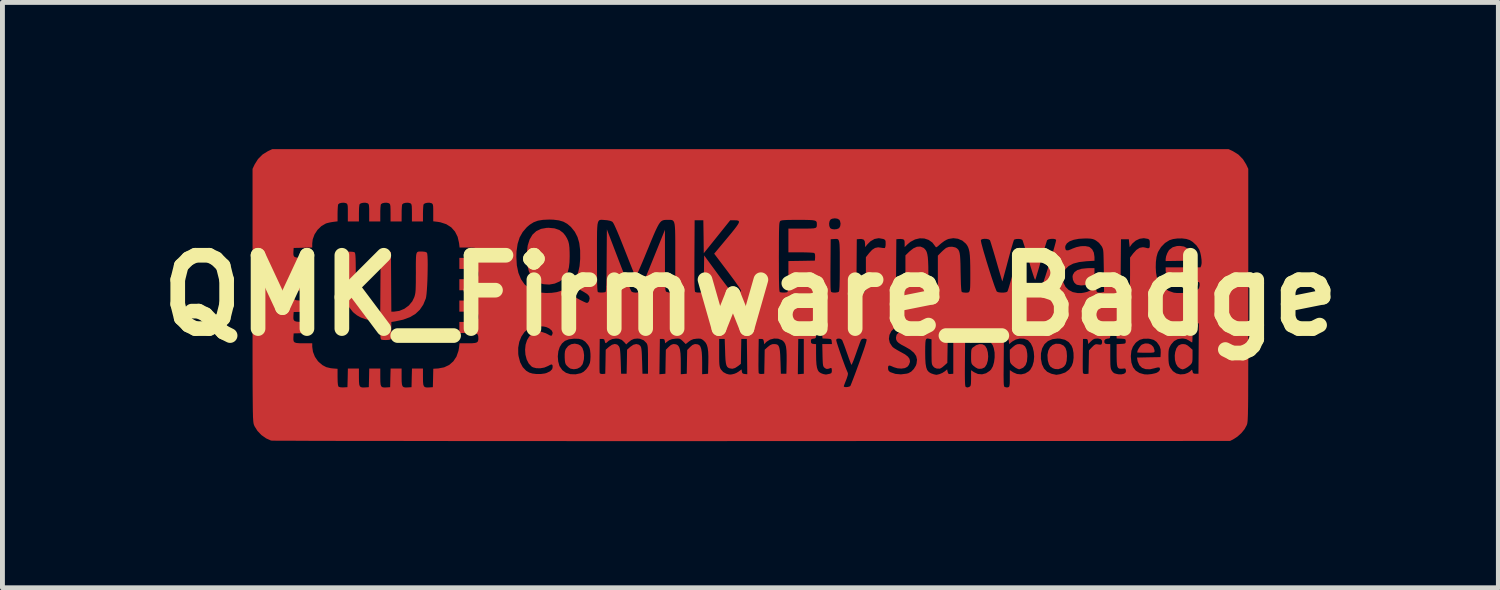
<source format=kicad_pcb>
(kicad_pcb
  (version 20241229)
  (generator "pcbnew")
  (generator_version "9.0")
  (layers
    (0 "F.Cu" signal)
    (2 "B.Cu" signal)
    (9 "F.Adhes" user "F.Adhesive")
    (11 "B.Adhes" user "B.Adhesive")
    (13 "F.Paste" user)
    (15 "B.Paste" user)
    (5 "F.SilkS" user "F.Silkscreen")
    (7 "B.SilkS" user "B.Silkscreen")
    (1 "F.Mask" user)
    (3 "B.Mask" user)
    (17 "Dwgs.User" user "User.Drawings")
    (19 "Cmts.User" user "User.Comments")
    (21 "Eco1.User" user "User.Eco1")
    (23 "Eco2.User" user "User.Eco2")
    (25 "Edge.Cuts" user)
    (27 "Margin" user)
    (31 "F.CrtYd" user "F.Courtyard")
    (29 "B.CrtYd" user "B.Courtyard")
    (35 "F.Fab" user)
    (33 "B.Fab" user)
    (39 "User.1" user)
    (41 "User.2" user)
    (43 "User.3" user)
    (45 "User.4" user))
  (footprint "QMK_Firmware_Badge"
    (layer "F.Cu")
    (at 12.3 2.993)
    (property "Reference" "QMK_Firmware_Badge" (at 0 0 0) (layer "F.SilkS") (effects (font (size 1.5 1.5) (thickness 0.3))))
    (attr board_only exclude_from_pos_files exclude_from_bom)
    (fp_poly (pts (xy 8.871 -1) (xy 8.943 -0.96) (xy 8.995 -0.897) (xy 9.025 -0.81) (xy 9.031 -0.768) (xy 9.036 -0.712) (xy 8.765 -0.707) (xy 8.494 -0.703) (xy 8.494 -0.744) (xy 8.503 -0.799) (xy 8.526 -0.862) (xy 8.557 -0.918) (xy 8.571 -0.935) (xy 8.637 -0.985) (xy 8.723 -1.01) (xy 8.78 -1.013)) (stroke (width 0) (type solid)) (fill yes) (layers "F.Cu" "F.Mask"))
    (fp_poly (pts (xy 7.038 -0.448) (xy 7.035 -0.382) (xy 7.023 -0.335) (xy 6.997 -0.299) (xy 6.951 -0.263) (xy 6.908 -0.236) (xy 6.84 -0.21) (xy 6.762 -0.204) (xy 6.688 -0.216) (xy 6.662 -0.227) (xy 6.623 -0.265) (xy 6.597 -0.321) (xy 6.589 -0.384) (xy 6.596 -0.422) (xy 6.63 -0.478) (xy 6.689 -0.519) (xy 6.776 -0.545) (xy 6.89 -0.557) (xy 6.928 -0.558) (xy 7.038 -0.558)) (stroke (width 0) (type solid)) (fill yes) (layers "F.Cu" "F.Mask"))
    (fp_poly (pts (xy 8.14 0.985) (xy 8.199 1.01) (xy 8.243 1.055) (xy 8.265 1.116) (xy 8.267 1.14) (xy 8.265 1.154) (xy 8.256 1.164) (xy 8.233 1.169) (xy 8.192 1.172) (xy 8.127 1.173) (xy 8.089 1.173) (xy 8.018 1.172) (xy 7.96 1.17) (xy 7.922 1.168) (xy 7.911 1.165) (xy 7.921 1.126) (xy 7.947 1.077) (xy 7.979 1.032) (xy 8.007 1.006) (xy 8.074 0.982)) (stroke (width 0) (type solid)) (fill yes) (layers "F.Cu" "F.Mask"))
    (fp_poly (pts (xy 6.323 0.991) (xy 6.351 0.999) (xy 6.408 1.028) (xy 6.446 1.075) (xy 6.468 1.144) (xy 6.475 1.239) (xy 6.475 1.244) (xy 6.469 1.338) (xy 6.45 1.407) (xy 6.415 1.455) (xy 6.368 1.486) (xy 6.298 1.509) (xy 6.231 1.505) (xy 6.185 1.489) (xy 6.138 1.458) (xy 6.106 1.41) (xy 6.085 1.337) (xy 6.082 1.319) (xy 6.076 1.217) (xy 6.093 1.13) (xy 6.128 1.061) (xy 6.181 1.013) (xy 6.246 0.988)) (stroke (width 0) (type solid)) (fill yes) (layers "F.Cu" "F.Mask"))
    (fp_poly (pts (xy 8.896 1) (xy 8.938 1.02) (xy 8.979 1.053) (xy 9.044 1.112) (xy 9.044 1.244) (xy 9.043 1.311) (xy 9.039 1.353) (xy 9.03 1.382) (xy 9.012 1.407) (xy 8.991 1.428) (xy 8.945 1.465) (xy 8.894 1.495) (xy 8.851 1.511) (xy 8.836 1.512) (xy 8.814 1.505) (xy 8.793 1.497) (xy 8.742 1.46) (xy 8.705 1.399) (xy 8.684 1.319) (xy 8.68 1.229) (xy 8.689 1.159) (xy 8.715 1.078) (xy 8.755 1.025) (xy 8.809 0.999) (xy 8.849 0.995)) (stroke (width 0) (type solid)) (fill yes) (layers "F.Cu" "F.Mask"))
    (fp_poly (pts (xy -3.521 1.001) (xy -3.472 1.029) (xy -3.436 1.075) (xy -3.413 1.143) (xy -3.402 1.223) (xy -3.406 1.307) (xy -3.425 1.385) (xy -3.439 1.417) (xy -3.481 1.467) (xy -3.542 1.499) (xy -3.612 1.51) (xy -3.68 1.498) (xy -3.681 1.497) (xy -3.714 1.476) (xy -3.75 1.443) (xy -3.753 1.44) (xy -3.775 1.413) (xy -3.788 1.381) (xy -3.795 1.334) (xy -3.799 1.273) (xy -3.799 1.197) (xy -3.793 1.142) (xy -3.778 1.098) (xy -3.774 1.092) (xy -3.728 1.034) (xy -3.665 0.998) (xy -3.593 0.986)) (stroke (width 0) (type solid)) (fill yes) (layers "F.Cu" "F.Mask"))
    (fp_poly (pts (xy 5.57 1.007) (xy 5.617 1.042) (xy 5.648 1.104) (xy 5.663 1.192) (xy 5.665 1.246) (xy 5.657 1.349) (xy 5.629 1.426) (xy 5.583 1.476) (xy 5.558 1.489) (xy 5.521 1.504) (xy 5.499 1.511) (xy 5.497 1.512) (xy 5.48 1.506) (xy 5.452 1.495) (xy 5.415 1.473) (xy 5.372 1.439) (xy 5.359 1.428) (xy 5.333 1.401) (xy 5.317 1.376) (xy 5.31 1.345) (xy 5.307 1.297) (xy 5.306 1.244) (xy 5.306 1.112) (xy 5.371 1.053) (xy 5.417 1.017) (xy 5.457 0.999) (xy 5.506 0.995)) (stroke (width 0) (type solid)) (fill yes) (layers "F.Cu" "F.Mask"))
    (fp_poly (pts (xy 4.746 0.999) (xy 4.797 1.027) (xy 4.801 1.031) (xy 4.837 1.09) (xy 4.857 1.166) (xy 4.864 1.25) (xy 4.856 1.333) (xy 4.834 1.408) (xy 4.798 1.464) (xy 4.786 1.475) (xy 4.735 1.498) (xy 4.675 1.502) (xy 4.643 1.494) (xy 4.604 1.472) (xy 4.562 1.439) (xy 4.558 1.436) (xy 4.537 1.414) (xy 4.524 1.391) (xy 4.517 1.36) (xy 4.514 1.311) (xy 4.514 1.246) (xy 4.515 1.174) (xy 4.518 1.127) (xy 4.525 1.097) (xy 4.539 1.076) (xy 4.55 1.065) (xy 4.617 1.018) (xy 4.684 0.996)) (stroke (width 0) (type solid)) (fill yes) (layers "F.Cu" "F.Mask"))
    (fp_poly (pts (xy -4.007 -1.372) (xy -3.91 -1.339) (xy -3.832 -1.281) (xy -3.786 -1.225) (xy -3.752 -1.168) (xy -3.727 -1.112) (xy -3.711 -1.051) (xy -3.702 -0.976) (xy -3.698 -0.88) (xy -3.697 -0.801) (xy -3.701 -0.673) (xy -3.713 -0.571) (xy -3.733 -0.489) (xy -3.765 -0.422) (xy -3.809 -0.362) (xy -3.819 -0.352) (xy -3.902 -0.286) (xy -4.003 -0.242) (xy -4.114 -0.222) (xy -4.227 -0.229) (xy -4.3 -0.248) (xy -4.357 -0.273) (xy -4.407 -0.302) (xy -4.427 -0.317) (xy -4.487 -0.394) (xy -4.532 -0.495) (xy -4.562 -0.618) (xy -4.576 -0.757) (xy -4.574 -0.873) (xy -4.555 -1.022) (xy -4.516 -1.145) (xy -4.458 -1.243) (xy -4.38 -1.315) (xy -4.283 -1.361) (xy -4.166 -1.382) (xy -4.125 -1.383)) (stroke (width 0) (type solid)) (fill yes) (layers "F.Cu" "F.Mask"))
    (fp_poly (pts (xy -6.715 -0.898) (xy -6.654 -0.892) (xy -6.619 -0.876) (xy -6.617 -0.874) (xy -6.61 -0.849) (xy -6.605 -0.797) (xy -6.602 -0.723) (xy -6.601 -0.633) (xy -6.602 -0.531) (xy -6.604 -0.422) (xy -6.607 -0.313) (xy -6.612 -0.208) (xy -6.618 -0.112) (xy -6.625 -0.031) (xy -6.633 0.031) (xy -6.64 0.063) (xy -6.692 0.189) (xy -6.763 0.294) (xy -6.853 0.379) (xy -6.965 0.445) (xy -7.103 0.496) (xy -7.267 0.531) (xy -7.284 0.534) (xy -7.345 0.543) (xy -7.345 0.719) (xy -7.346 0.799) (xy -7.349 0.852) (xy -7.354 0.884) (xy -7.363 0.9) (xy -7.371 0.904) (xy -7.406 0.91) (xy -7.457 0.913) (xy -7.51 0.911) (xy -7.548 0.905) (xy -7.551 0.903) (xy -7.561 0.888) (xy -7.568 0.848) (xy -7.571 0.782) (xy -7.571 0.719) (xy -7.571 0.543) (xy -7.632 0.535) (xy -7.77 0.511) (xy -7.881 0.484) (xy -7.972 0.45) (xy -8.047 0.408) (xy -8.113 0.356) (xy -8.134 0.336) (xy -8.21 0.239) (xy -8.268 0.121) (xy -8.3 0.005) (xy -8.304 -0.036) (xy -8.308 -0.104) (xy -8.311 -0.194) (xy -8.312 -0.299) (xy -8.312 -0.413) (xy -8.312 -0.487) (xy -8.308 -0.89) (xy -8.213 -0.895) (xy -8.153 -0.894) (xy -8.109 -0.887) (xy -8.096 -0.881) (xy -8.089 -0.869) (xy -8.083 -0.846) (xy -8.079 -0.808) (xy -8.076 -0.751) (xy -8.074 -0.671) (xy -8.073 -0.566) (xy -8.073 -0.452) (xy -8.072 -0.308) (xy -8.071 -0.193) (xy -8.066 -0.102) (xy -8.059 -0.029) (xy -8.049 0.028) (xy -8.034 0.074) (xy -8.015 0.114) (xy -7.989 0.152) (xy -7.973 0.173) (xy -7.911 0.231) (xy -7.827 0.28) (xy -7.732 0.314) (xy -7.663 0.327) (xy -7.572 0.336) (xy -7.568 -0.277) (xy -7.563 -0.89) (xy -7.458 -0.89) (xy -7.353 -0.89) (xy -7.349 -0.279) (xy -7.345 0.332) (xy -7.291 0.332) (xy -7.181 0.316) (xy -7.078 0.273) (xy -6.987 0.206) (xy -6.916 0.12) (xy -6.876 0.037) (xy -6.866 0.005) (xy -6.858 -0.028) (xy -6.852 -0.067) (xy -6.848 -0.117) (xy -6.846 -0.183) (xy -6.844 -0.268) (xy -6.844 -0.378) (xy -6.843 -0.467) (xy -6.844 -0.596) (xy -6.843 -0.697) (xy -6.841 -0.772) (xy -6.837 -0.826) (xy -6.829 -0.862) (xy -6.816 -0.884) (xy -6.797 -0.895) (xy -6.771 -0.898) (xy -6.738 -0.898)) (stroke (width 0) (type solid)) (fill yes) (layers "F.Cu" "F.Mask"))
    (fp_poly (pts (xy 9.871 -2.95) (xy 9.982 -2.881) (xy 10.074 -2.788) (xy 10.141 -2.68) (xy 10.184 -2.589) (xy 10.184 -0.008) (xy 10.184 0.33) (xy 10.184 0.638) (xy 10.184 0.916) (xy 10.184 1.166) (xy 10.184 1.39) (xy 10.183 1.59) (xy 10.183 1.766) (xy 10.182 1.92) (xy 10.182 2.055) (xy 10.181 2.171) (xy 10.18 2.269) (xy 10.178 2.352) (xy 10.177 2.421) (xy 10.175 2.478) (xy 10.173 2.523) (xy 10.171 2.559) (xy 10.168 2.587) (xy 10.165 2.609) (xy 10.162 2.626) (xy 10.158 2.639) (xy 10.154 2.65) (xy 10.153 2.653) (xy 10.109 2.735) (xy 10.043 2.816) (xy 9.963 2.888) (xy 9.893 2.934) (xy 9.812 2.977) (xy 0.024 2.979) (xy -0.537 2.98) (xy -1.091 2.98) (xy -1.636 2.98) (xy -2.171 2.98) (xy -2.696 2.98) (xy -3.209 2.98) (xy -3.71 2.98) (xy -4.197 2.979) (xy -4.67 2.979) (xy -5.129 2.979) (xy -5.571 2.979) (xy -5.997 2.979) (xy -6.404 2.978) (xy -6.794 2.978) (xy -7.164 2.977) (xy -7.513 2.977) (xy -7.841 2.977) (xy -8.147 2.976) (xy -8.431 2.976) (xy -8.69 2.975) (xy -8.924 2.975) (xy -9.133 2.974) (xy -9.315 2.973) (xy -9.47 2.973) (xy -9.597 2.972) (xy -9.694 2.972) (xy -9.761 2.971) (xy -9.798 2.97) (xy -9.804 2.97) (xy -9.907 2.924) (xy -10.003 2.856) (xy -10.084 2.771) (xy -10.143 2.677) (xy -10.153 2.653) (xy -10.157 2.641) (xy -10.161 2.629) (xy -10.164 2.613) (xy -10.167 2.592) (xy -10.17 2.566) (xy -10.172 2.532) (xy -10.175 2.488) (xy -10.176 2.434) (xy -10.178 2.368) (xy -10.179 2.288) (xy -10.18 2.193) (xy -10.181 2.081) (xy -10.182 1.951) (xy -10.183 1.801) (xy -10.183 1.629) (xy -10.184 1.435) (xy -10.184 1.216) (xy -10.184 0.971) (xy -10.184 0.699) (xy -10.184 0.398) (xy -10.184 0.066) (xy -10.184 -0.008) (xy -10.184 -0.843) (xy -9.349 -0.843) (xy -9.342 -0.808) (xy -9.323 -0.786) (xy -9.285 -0.775) (xy -9.224 -0.769) (xy -9.139 -0.768) (xy -8.963 -0.768) (xy -8.963 -0.656) (xy -8.963 -0.543) (xy -9.153 -0.538) (xy -9.343 -0.534) (xy -9.348 -0.456) (xy -9.349 -0.406) (xy -9.342 -0.371) (xy -9.323 -0.35) (xy -9.285 -0.338) (xy -9.224 -0.333) (xy -9.139 -0.332) (xy -8.963 -0.332) (xy -8.963 -0.219) (xy -8.963 -0.106) (xy -9.153 -0.102) (xy -9.343 -0.097) (xy -9.348 -0.019) (xy -9.349 0.031) (xy -9.342 0.065) (xy -9.323 0.087) (xy -9.285 0.099) (xy -9.224 0.104) (xy -9.139 0.105) (xy -8.963 0.105) (xy -8.963 0.218) (xy -8.963 0.331) (xy -9.153 0.335) (xy -9.343 0.34) (xy -9.348 0.418) (xy -9.349 0.468) (xy -9.342 0.502) (xy -9.323 0.524) (xy -9.285 0.536) (xy -9.224 0.541) (xy -9.139 0.542) (xy -8.963 0.542) (xy -8.963 0.655) (xy -8.963 0.767) (xy -9.153 0.772) (xy -9.343 0.777) (xy -9.348 0.855) (xy -9.349 0.905) (xy -9.342 0.939) (xy -9.323 0.961) (xy -9.285 0.973) (xy -9.224 0.978) (xy -9.139 0.979) (xy -8.963 0.979) (xy -8.963 1.051) (xy -8.948 1.154) (xy -8.908 1.256) (xy -8.847 1.344) (xy -8.829 1.362) (xy -8.752 1.427) (xy -8.676 1.467) (xy -8.588 1.488) (xy -8.547 1.493) (xy -8.445 1.501) (xy -8.445 1.673) (xy -8.443 1.768) (xy -8.437 1.831) (xy -8.427 1.864) (xy -8.425 1.866) (xy -8.395 1.878) (xy -8.342 1.882) (xy -8.324 1.881) (xy -8.243 1.877) (xy -8.238 1.687) (xy -8.234 1.496) (xy -8.121 1.496) (xy -8.008 1.496) (xy -8.008 1.672) (xy -8.007 1.76) (xy -8.002 1.82) (xy -7.99 1.857) (xy -7.968 1.876) (xy -7.933 1.883) (xy -7.884 1.882) (xy -7.806 1.877) (xy -7.801 1.687) (xy -7.797 1.496) (xy -7.684 1.496) (xy -7.571 1.496) (xy -7.571 1.672) (xy -7.57 1.76) (xy -7.565 1.82) (xy -7.553 1.857) (xy -7.531 1.876) (xy -7.496 1.883) (xy -7.447 1.882) (xy -7.369 1.877) (xy -7.365 1.687) (xy -7.36 1.496) (xy -7.247 1.496) (xy -7.135 1.496) (xy -7.135 1.672) (xy -7.134 1.76) (xy -7.128 1.82) (xy -7.116 1.857) (xy -7.094 1.876) (xy -7.06 1.883) (xy -7.011 1.882) (xy -6.932 1.877) (xy -6.928 1.687) (xy -6.923 1.496) (xy -6.811 1.496) (xy -6.698 1.496) (xy -6.698 1.672) (xy -6.697 1.76) (xy -6.692 1.82) (xy -6.679 1.857) (xy -6.657 1.876) (xy -6.623 1.883) (xy -6.574 1.882) (xy -6.496 1.877) (xy -6.491 1.688) (xy -6.487 1.5) (xy -6.386 1.494) (xy -6.265 1.471) (xy -6.161 1.422) (xy -6.077 1.348) (xy -6.013 1.252) (xy -5.972 1.134) (xy -5.961 1.072) (xy -5.961 1.07) (xy -4.75 1.07) (xy -4.749 1.198) (xy -4.743 1.241) (xy -4.71 1.367) (xy -4.658 1.466) (xy -4.588 1.54) (xy -4.523 1.579) (xy -4.457 1.598) (xy -4.373 1.608) (xy -4.284 1.607) (xy -4.203 1.596) (xy -4.169 1.586) (xy -4.097 1.551) (xy -4.055 1.508) (xy -4.045 1.464) (xy -4.048 1.427) (xy -4.062 1.412) (xy -4.091 1.418) (xy -4.14 1.444) (xy -4.213 1.475) (xy -4.295 1.49) (xy -4.377 1.489) (xy -4.447 1.471) (xy -4.476 1.455) (xy -4.535 1.392) (xy -4.577 1.309) (xy -4.593 1.246) (xy -3.94 1.246) (xy -3.932 1.349) (xy -3.907 1.441) (xy -3.902 1.451) (xy -3.847 1.529) (xy -3.773 1.583) (xy -3.682 1.611) (xy -3.577 1.614) (xy -3.567 1.612) (xy -1.861 1.612) (xy -1.8 1.607) (xy -1.739 1.602) (xy -1.735 1.357) (xy -1.73 1.112) (xy -1.673 1.054) (xy -1.627 1.014) (xy -1.585 0.997) (xy -1.564 0.995) (xy -1.519 1.001) (xy -1.485 1.02) (xy -1.459 1.055) (xy -1.441 1.109) (xy -1.43 1.187) (xy -1.425 1.291) (xy -1.424 1.388) (xy -1.424 1.612) (xy -1.363 1.607) (xy -1.302 1.602) (xy -1.298 1.359) (xy -1.293 1.117) (xy -1.234 1.056) (xy -1.186 1.014) (xy -1.143 0.997) (xy -1.124 0.995) (xy -1.081 1) (xy -1.047 1.015) (xy -1.023 1.046) (xy -1.006 1.095) (xy -0.995 1.166) (xy -0.989 1.263) (xy -0.987 1.388) (xy -0.987 1.388) (xy -0.987 1.612) (xy -0.926 1.607) (xy -0.866 1.602) (xy -0.861 1.376) (xy -0.86 1.249) (xy -0.863 1.173) (xy -0.639 1.173) (xy -0.639 1.276) (xy -0.638 1.352) (xy -0.635 1.407) (xy -0.63 1.446) (xy -0.623 1.474) (xy -0.613 1.498) (xy -0.603 1.515) (xy -0.557 1.567) (xy -0.493 1.602) (xy -0.445 1.615) (xy -0.414 1.619) (xy -0.379 1.615) (xy -0.326 1.602) (xy -0.324 1.601) (xy -0.283 1.584) (xy -0.238 1.556) (xy -0.232 1.551) (xy -0.18 1.513) (xy -0.175 1.557) (xy -0.166 1.589) (xy -0.141 1.603) (xy -0.117 1.607) (xy -0.064 1.612) (xy -0.064 1.612) (xy 0.97 1.612) (xy 1.031 1.607) (xy 1.092 1.602) (xy 1.092 1.246) (xy 1.092 0.938) (xy 1.238 0.938) (xy 1.242 0.972) (xy 1.261 0.987) (xy 1.29 0.992) (xy 1.343 0.997) (xy 1.343 1.202) (xy 1.345 1.32) (xy 1.351 1.411) (xy 1.362 1.478) (xy 1.378 1.526) (xy 1.4 1.561) (xy 1.404 1.565) (xy 1.442 1.59) (xy 1.492 1.609) (xy 1.541 1.618) (xy 1.561 1.616) (xy 1.588 1.61) (xy 1.622 1.603) (xy 1.652 1.591) (xy 1.664 1.568) (xy 1.666 1.535) (xy 1.662 1.494) (xy 1.649 1.484) (xy 1.646 1.484) (xy 1.594 1.501) (xy 1.559 1.504) (xy 1.531 1.491) (xy 1.519 1.482) (xy 1.504 1.468) (xy 1.493 1.451) (xy 1.486 1.426) (xy 1.481 1.386) (xy 1.478 1.327) (xy 1.475 1.242) (xy 1.475 1.223) (xy 1.47 0.995) (xy 1.569 0.995) (xy 1.668 0.995) (xy 1.663 0.942) (xy 1.659 0.913) (xy 1.654 0.905) (xy 1.754 0.905) (xy 1.757 0.925) (xy 1.769 0.97) (xy 1.79 1.034) (xy 1.816 1.112) (xy 1.846 1.198) (xy 1.877 1.287) (xy 1.909 1.374) (xy 1.938 1.453) (xy 1.964 1.518) (xy 1.984 1.564) (xy 1.99 1.578) (xy 1.996 1.603) (xy 1.989 1.641) (xy 1.97 1.699) (xy 1.958 1.731) (xy 1.935 1.788) (xy 1.918 1.833) (xy 1.91 1.857) (xy 1.909 1.86) (xy 1.923 1.872) (xy 1.955 1.876) (xy 1.995 1.872) (xy 2.031 1.861) (xy 2.044 1.853) (xy 2.052 1.835) (xy 2.07 1.79) (xy 2.096 1.723) (xy 2.129 1.637) (xy 2.13 1.635) (xy 4.387 1.635) (xy 4.388 1.724) (xy 4.39 1.789) (xy 4.393 1.834) (xy 4.398 1.86) (xy 4.404 1.871) (xy 4.404 1.871) (xy 4.434 1.883) (xy 4.466 1.876) (xy 4.482 1.868) (xy 4.497 1.857) (xy 4.506 1.838) (xy 4.511 1.804) (xy 4.513 1.75) (xy 4.514 1.691) (xy 4.514 1.627) (xy 5.179 1.627) (xy 5.18 1.711) (xy 5.181 1.773) (xy 5.183 1.817) (xy 5.187 1.846) (xy 5.192 1.862) (xy 5.198 1.871) (xy 5.205 1.874) (xy 5.24 1.882) (xy 5.262 1.881) (xy 5.281 1.875) (xy 5.293 1.865) (xy 5.3 1.842) (xy 5.305 1.801) (xy 5.306 1.736) (xy 5.306 1.697) (xy 5.306 1.528) (xy 5.373 1.572) (xy 5.453 1.607) (xy 5.538 1.615) (xy 5.621 1.596) (xy 5.694 1.552) (xy 5.726 1.519) (xy 5.769 1.443) (xy 5.795 1.352) (xy 5.8 1.295) (xy 5.942 1.295) (xy 5.963 1.406) (xy 6.005 1.495) (xy 6.069 1.561) (xy 6.153 1.601) (xy 6.184 1.609) (xy 6.226 1.617) (xy 6.252 1.623) (xy 6.255 1.624) (xy 6.27 1.622) (xy 6.308 1.616) (xy 6.342 1.61) (xy 6.441 1.576) (xy 6.519 1.517) (xy 6.572 1.443) (xy 6.579 1.424) (xy 6.798 1.424) (xy 6.798 1.501) (xy 6.8 1.557) (xy 6.802 1.587) (xy 6.803 1.59) (xy 6.825 1.605) (xy 6.864 1.607) (xy 6.916 1.602) (xy 6.921 1.363) (xy 6.925 1.125) (xy 6.988 1.058) (xy 7.026 1.021) (xy 7.055 1.002) (xy 7.084 0.998) (xy 7.117 1.003) (xy 7.159 1.008) (xy 7.18 1.002) (xy 7.19 0.98) (xy 7.192 0.972) (xy 7.193 0.962) (xy 7.24 0.962) (xy 7.257 0.986) (xy 7.294 0.995) (xy 7.306 0.995) (xy 7.361 0.995) (xy 7.361 1.242) (xy 7.362 1.339) (xy 7.363 1.41) (xy 7.367 1.46) (xy 7.373 1.495) (xy 7.383 1.522) (xy 7.393 1.541) (xy 7.418 1.573) (xy 7.448 1.594) (xy 7.496 1.607) (xy 7.531 1.614) (xy 7.586 1.615) (xy 7.637 1.604) (xy 7.669 1.585) (xy 7.682 1.555) (xy 7.68 1.522) (xy 7.668 1.498) (xy 7.652 1.494) (xy 7.619 1.498) (xy 7.582 1.5) (xy 7.549 1.498) (xy 7.525 1.486) (xy 7.508 1.459) (xy 7.498 1.414) (xy 7.493 1.347) (xy 7.491 1.254) (xy 7.782 1.254) (xy 7.793 1.372) (xy 7.826 1.467) (xy 7.881 1.538) (xy 7.959 1.587) (xy 8.057 1.614) (xy 8.125 1.617) (xy 8.204 1.609) (xy 8.278 1.593) (xy 8.316 1.58) (xy 8.359 1.55) (xy 8.379 1.515) (xy 8.373 1.483) (xy 8.368 1.477) (xy 8.34 1.472) (xy 8.288 1.483) (xy 8.277 1.487) (xy 8.173 1.511) (xy 8.084 1.508) (xy 8.011 1.481) (xy 7.957 1.429) (xy 7.923 1.354) (xy 7.918 1.331) (xy 7.908 1.271) (xy 8.148 1.266) (xy 8.388 1.262) (xy 8.391 1.215) (xy 8.551 1.215) (xy 8.551 1.254) (xy 8.553 1.334) (xy 8.559 1.391) (xy 8.57 1.436) (xy 8.588 1.476) (xy 8.642 1.549) (xy 8.713 1.596) (xy 8.795 1.616) (xy 8.884 1.608) (xy 8.948 1.584) (xy 8.988 1.559) (xy 9.013 1.535) (xy 9.029 1.519) (xy 9.038 1.528) (xy 9.044 1.555) (xy 9.054 1.587) (xy 9.075 1.6) (xy 9.109 1.602) (xy 9.165 1.602) (xy 9.169 1.088) (xy 9.174 0.575) (xy 9.133 0.565) (xy 9.098 0.558) (xy 9.073 0.561) (xy 9.057 0.579) (xy 9.049 0.615) (xy 9.045 0.675) (xy 9.044 0.762) (xy 9.044 0.768) (xy 9.043 0.843) (xy 9.042 0.905) (xy 9.039 0.947) (xy 9.036 0.963) (xy 9.036 0.963) (xy 9.02 0.954) (xy 8.986 0.933) (xy 8.969 0.922) (xy 8.914 0.893) (xy 8.85 0.882) (xy 8.825 0.882) (xy 8.738 0.895) (xy 8.665 0.935) (xy 8.605 1.004) (xy 8.591 1.028) (xy 8.571 1.067) (xy 8.559 1.104) (xy 8.553 1.151) (xy 8.551 1.215) (xy 8.391 1.215) (xy 8.393 1.173) (xy 8.391 1.105) (xy 8.375 1.05) (xy 8.36 1.021) (xy 8.31 0.952) (xy 8.251 0.91) (xy 8.174 0.889) (xy 8.14 0.885) (xy 8.042 0.886) (xy 7.964 0.908) (xy 7.898 0.954) (xy 7.873 0.979) (xy 7.823 1.05) (xy 7.793 1.132) (xy 7.782 1.233) (xy 7.782 1.254) (xy 7.491 1.254) (xy 7.491 1.253) (xy 7.491 1.219) (xy 7.491 0.997) (xy 7.584 0.992) (xy 7.636 0.988) (xy 7.664 0.982) (xy 7.675 0.967) (xy 7.677 0.941) (xy 7.677 0.938) (xy 7.675 0.911) (xy 7.665 0.896) (xy 7.639 0.889) (xy 7.589 0.885) (xy 7.584 0.885) (xy 7.492 0.88) (xy 7.487 0.796) (xy 7.482 0.712) (xy 7.426 0.712) (xy 7.369 0.712) (xy 7.364 0.797) (xy 7.36 0.846) (xy 7.353 0.871) (xy 7.336 0.881) (xy 7.314 0.882) (xy 7.266 0.893) (xy 7.24 0.922) (xy 7.24 0.962) (xy 7.193 0.962) (xy 7.193 0.925) (xy 7.167 0.895) (xy 7.113 0.882) (xy 7.093 0.882) (xy 7.043 0.886) (xy 7.005 0.904) (xy 6.966 0.938) (xy 6.91 0.994) (xy 6.905 0.942) (xy 6.898 0.906) (xy 6.879 0.892) (xy 6.852 0.89) (xy 6.803 0.89) (xy 6.799 1.229) (xy 6.798 1.332) (xy 6.798 1.424) (xy 6.579 1.424) (xy 6.599 1.367) (xy 6.611 1.274) (xy 6.609 1.176) (xy 6.592 1.086) (xy 6.568 1.027) (xy 6.511 0.955) (xy 6.433 0.907) (xy 6.334 0.884) (xy 6.285 0.882) (xy 6.177 0.895) (xy 6.086 0.934) (xy 6.016 0.997) (xy 5.968 1.082) (xy 5.943 1.186) (xy 5.942 1.295) (xy 5.8 1.295) (xy 5.804 1.253) (xy 5.796 1.154) (xy 5.774 1.062) (xy 5.736 0.982) (xy 5.684 0.924) (xy 5.668 0.913) (xy 5.596 0.886) (xy 5.513 0.882) (xy 5.429 0.902) (xy 5.356 0.943) (xy 5.292 0.995) (xy 5.287 0.942) (xy 5.28 0.906) (xy 5.261 0.892) (xy 5.234 0.89) (xy 5.185 0.89) (xy 5.181 1.378) (xy 5.18 1.517) (xy 5.179 1.627) (xy 4.514 1.627) (xy 4.514 1.53) (xy 4.573 1.57) (xy 4.654 1.607) (xy 4.738 1.614) (xy 4.821 1.592) (xy 4.896 1.542) (xy 4.923 1.514) (xy 4.96 1.449) (xy 4.984 1.364) (xy 4.996 1.267) (xy 4.995 1.168) (xy 4.978 1.077) (xy 4.955 1.016) (xy 4.903 0.945) (xy 4.833 0.9) (xy 4.753 0.88) (xy 4.667 0.889) (xy 4.58 0.926) (xy 4.575 0.929) (xy 4.5 0.977) (xy 4.495 0.933) (xy 4.485 0.902) (xy 4.461 0.891) (xy 4.441 0.89) (xy 4.392 0.89) (xy 4.388 1.374) (xy 4.387 1.519) (xy 4.387 1.635) (xy 2.13 1.635) (xy 2.167 1.535) (xy 2.184 1.488) (xy 2.815 1.488) (xy 2.821 1.53) (xy 2.843 1.557) (xy 2.866 1.571) (xy 2.966 1.605) (xy 3.079 1.615) (xy 3.197 1.6) (xy 3.231 1.591) (xy 3.289 1.559) (xy 3.342 1.505) (xy 3.384 1.437) (xy 3.398 1.396) (xy 3.408 1.315) (xy 3.391 1.241) (xy 3.345 1.173) (xy 3.335 1.165) (xy 3.575 1.165) (xy 3.577 1.293) (xy 3.583 1.394) (xy 3.596 1.47) (xy 3.616 1.526) (xy 3.648 1.565) (xy 3.692 1.593) (xy 3.75 1.613) (xy 3.802 1.624) (xy 3.821 1.621) (xy 3.859 1.612) (xy 3.87 1.609) (xy 3.925 1.586) (xy 3.975 1.554) (xy 3.977 1.553) (xy 4.024 1.513) (xy 4.034 1.562) (xy 4.045 1.596) (xy 4.065 1.608) (xy 4.097 1.607) (xy 4.15 1.602) (xy 4.15 1.246) (xy 4.15 0.89) (xy 4.093 0.89) (xy 4.036 0.89) (xy 4.032 1.135) (xy 4.028 1.38) (xy 3.963 1.438) (xy 3.922 1.472) (xy 3.885 1.494) (xy 3.871 1.498) (xy 3.81 1.496) (xy 3.767 1.478) (xy 3.741 1.454) (xy 3.728 1.437) (xy 3.718 1.418) (xy 3.711 1.391) (xy 3.707 1.351) (xy 3.706 1.293) (xy 3.705 1.21) (xy 3.705 1.156) (xy 3.705 0.899) (xy 3.664 0.888) (xy 3.633 0.882) (xy 3.61 0.882) (xy 3.594 0.895) (xy 3.584 0.922) (xy 3.579 0.969) (xy 3.576 1.04) (xy 3.575 1.137) (xy 3.575 1.165) (xy 3.335 1.165) (xy 3.269 1.109) (xy 3.164 1.048) (xy 3.084 1.006) (xy 3.03 0.97) (xy 2.997 0.937) (xy 2.981 0.901) (xy 2.977 0.864) (xy 2.99 0.805) (xy 3.027 0.764) (xy 3.084 0.741) (xy 3.154 0.738) (xy 3.234 0.756) (xy 3.266 0.769) (xy 3.308 0.788) (xy 3.337 0.799) (xy 3.343 0.801) (xy 3.347 0.787) (xy 3.349 0.752) (xy 3.349 0.745) (xy 3.341 0.697) (xy 3.314 0.663) (xy 3.265 0.643) (xy 3.19 0.633) (xy 3.128 0.631) (xy 3.057 0.632) (xy 3.008 0.638) (xy 2.974 0.65) (xy 2.951 0.664) (xy 2.883 0.731) (xy 2.844 0.808) (xy 2.833 0.889) (xy 2.851 0.969) (xy 2.899 1.043) (xy 2.916 1.061) (xy 2.948 1.084) (xy 2.999 1.115) (xy 3.059 1.149) (xy 3.076 1.158) (xy 3.163 1.206) (xy 3.221 1.251) (xy 3.254 1.296) (xy 3.264 1.344) (xy 3.262 1.367) (xy 3.242 1.421) (xy 3.211 1.46) (xy 3.159 1.487) (xy 3.088 1.497) (xy 3.01 1.491) (xy 2.935 1.469) (xy 2.924 1.464) (xy 2.869 1.44) (xy 2.836 1.434) (xy 2.82 1.447) (xy 2.815 1.481) (xy 2.815 1.488) (xy 2.184 1.488) (xy 2.208 1.423) (xy 2.226 1.374) (xy 2.276 1.233) (xy 2.316 1.12) (xy 2.345 1.033) (xy 2.364 0.969) (xy 2.375 0.926) (xy 2.377 0.902) (xy 2.374 0.895) (xy 2.334 0.883) (xy 2.292 0.887) (xy 2.269 0.902) (xy 2.258 0.923) (xy 2.239 0.97) (xy 2.215 1.036) (xy 2.186 1.116) (xy 2.164 1.179) (xy 2.134 1.263) (xy 2.108 1.333) (xy 2.086 1.385) (xy 2.071 1.415) (xy 2.065 1.42) (xy 2.056 1.399) (xy 2.039 1.354) (xy 2.015 1.29) (xy 1.988 1.212) (xy 1.974 1.174) (xy 1.945 1.091) (xy 1.918 1.017) (xy 1.895 0.959) (xy 1.88 0.921) (xy 1.877 0.914) (xy 1.851 0.891) (xy 1.813 0.882) (xy 1.776 0.886) (xy 1.754 0.905) (xy 1.654 0.905) (xy 1.648 0.896) (xy 1.621 0.889) (xy 1.572 0.885) (xy 1.566 0.885) (xy 1.474 0.88) (xy 1.469 0.796) (xy 1.464 0.712) (xy 1.408 0.712) (xy 1.351 0.712) (xy 1.346 0.796) (xy 1.342 0.845) (xy 1.334 0.871) (xy 1.316 0.881) (xy 1.289 0.885) (xy 1.253 0.892) (xy 1.239 0.912) (xy 1.238 0.938) (xy 1.092 0.938) (xy 1.092 0.89) (xy 1.035 0.89) (xy 0.979 0.89) (xy 0.974 1.251) (xy 0.97 1.612) (xy -0.064 1.612) (xy -0.066 1.424) (xy 0.164 1.424) (xy 0.165 1.501) (xy 0.167 1.557) (xy 0.169 1.587) (xy 0.169 1.59) (xy 0.192 1.605) (xy 0.23 1.607) (xy 0.283 1.602) (xy 0.288 1.356) (xy 0.292 1.111) (xy 0.356 1.053) (xy 0.404 1.016) (xy 0.446 0.998) (xy 0.485 0.995) (xy 0.525 0.998) (xy 0.555 1.009) (xy 0.577 1.033) (xy 0.592 1.073) (xy 0.603 1.133) (xy 0.61 1.217) (xy 0.614 1.33) (xy 0.615 1.342) (xy 0.623 1.602) (xy 0.679 1.602) (xy 0.736 1.602) (xy 0.741 1.343) (xy 0.741 1.218) (xy 0.737 1.122) (xy 0.728 1.048) (xy 0.712 0.994) (xy 0.689 0.954) (xy 0.657 0.923) (xy 0.641 0.913) (xy 0.567 0.885) (xy 0.484 0.882) (xy 0.402 0.903) (xy 0.333 0.946) (xy 0.315 0.963) (xy 0.283 0.999) (xy 0.275 0.944) (xy 0.266 0.907) (xy 0.246 0.892) (xy 0.218 0.89) (xy 0.17 0.89) (xy 0.165 1.229) (xy 0.165 1.332) (xy 0.164 1.424) (xy -0.066 1.424) (xy -0.068 1.251) (xy -0.073 0.89) (xy -0.129 0.89) (xy -0.186 0.89) (xy -0.191 1.144) (xy -0.195 1.399) (xy -0.251 1.444) (xy -0.314 1.485) (xy -0.37 1.5) (xy -0.425 1.492) (xy -0.454 1.479) (xy -0.475 1.46) (xy -0.491 1.429) (xy -0.502 1.383) (xy -0.51 1.316) (xy -0.515 1.225) (xy -0.517 1.149) (xy -0.526 0.89) (xy -0.582 0.89) (xy -0.639 0.89) (xy -0.639 1.173) (xy -0.863 1.173) (xy -0.864 1.15) (xy -0.874 1.074) (xy -0.89 1.015) (xy -0.913 0.97) (xy -0.945 0.934) (xy -0.95 0.929) (xy -0.987 0.9) (xy -1.018 0.886) (xy -1.059 0.883) (xy -1.1 0.885) (xy -1.166 0.894) (xy -1.217 0.915) (xy -1.258 0.943) (xy -1.323 0.995) (xy -1.382 0.936) (xy -1.417 0.904) (xy -1.446 0.887) (xy -1.481 0.882) (xy -1.536 0.885) (xy -1.536 0.885) (xy -1.607 0.895) (xy -1.662 0.917) (xy -1.688 0.935) (xy -1.745 0.979) (xy -1.75 0.934) (xy -1.759 0.902) (xy -1.783 0.891) (xy -1.804 0.89) (xy -1.852 0.89) (xy -1.857 1.251) (xy -1.861 1.612) (xy -3.567 1.612) (xy -3.467 1.591) (xy -3.412 1.561) (xy -3.358 1.51) (xy -3.312 1.446) (xy -3.302 1.424) (xy -3.087 1.424) (xy -3.087 1.501) (xy -3.085 1.557) (xy -3.083 1.587) (xy -3.082 1.59) (xy -3.06 1.605) (xy -3.021 1.607) (xy -2.969 1.602) (xy -2.964 1.356) (xy -2.96 1.111) (xy -2.895 1.053) (xy -2.832 1.009) (xy -2.774 0.993) (xy -2.724 1.005) (xy -2.69 1.039) (xy -2.679 1.061) (xy -2.67 1.094) (xy -2.664 1.141) (xy -2.659 1.207) (xy -2.655 1.299) (xy -2.653 1.342) (xy -2.645 1.602) (xy -2.589 1.602) (xy -2.532 1.602) (xy -2.527 1.356) (xy -2.523 1.111) (xy -2.459 1.053) (xy -2.395 1.009) (xy -2.335 0.994) (xy -2.282 1.007) (xy -2.255 1.029) (xy -2.244 1.045) (xy -2.235 1.068) (xy -2.229 1.103) (xy -2.224 1.154) (xy -2.22 1.227) (xy -2.217 1.327) (xy -2.216 1.332) (xy -2.208 1.602) (xy -2.152 1.602) (xy -2.095 1.602) (xy -2.095 1.31) (xy -2.095 1.205) (xy -2.097 1.126) (xy -2.099 1.07) (xy -2.104 1.03) (xy -2.111 1.003) (xy -2.121 0.982) (xy -2.126 0.974) (xy -2.182 0.918) (xy -2.258 0.887) (xy -2.314 0.882) (xy -2.381 0.889) (xy -2.438 0.914) (xy -2.496 0.96) (xy -2.541 1.002) (xy -2.577 0.96) (xy -2.631 0.91) (xy -2.694 0.886) (xy -2.75 0.882) (xy -2.827 0.893) (xy -2.894 0.924) (xy -2.927 0.953) (xy -2.954 0.976) (xy -2.971 0.968) (xy -2.98 0.934) (xy -2.989 0.902) (xy -3.013 0.891) (xy -3.033 0.89) (xy -3.082 0.89) (xy -3.086 1.229) (xy -3.087 1.332) (xy -3.087 1.424) (xy -3.302 1.424) (xy -3.283 1.38) (xy -3.283 1.38) (xy -3.275 1.327) (xy -3.271 1.257) (xy -3.272 1.192) (xy -3.279 1.122) (xy -3.291 1.072) (xy -3.312 1.029) (xy -3.326 1.008) (xy -3.379 0.946) (xy -3.437 0.907) (xy -3.509 0.888) (xy -3.602 0.885) (xy -3.609 0.885) (xy -3.713 0.898) (xy -3.794 0.93) (xy -3.855 0.983) (xy -3.9 1.054) (xy -3.929 1.143) (xy -3.94 1.246) (xy -4.593 1.246) (xy -4.602 1.213) (xy -4.609 1.11) (xy -4.599 1.008) (xy -4.569 0.914) (xy -4.521 0.836) (xy -4.45 0.775) (xy -4.369 0.744) (xy -4.28 0.743) (xy -4.185 0.774) (xy -4.144 0.795) (xy -4.1 0.819) (xy -4.074 0.825) (xy -4.06 0.816) (xy -4.059 0.815) (xy -4.044 0.767) (xy -4.061 0.722) (xy -4.096 0.691) (xy 0.955 0.691) (xy 0.965 0.732) (xy 0.991 0.752) (xy 1.029 0.765) (xy 1.054 0.762) (xy 1.081 0.739) (xy 1.085 0.735) (xy 1.108 0.694) (xy 1.104 0.653) (xy 1.077 0.621) (xy 1.031 0.607) (xy 1.027 0.607) (xy 0.983 0.62) (xy 0.959 0.657) (xy 0.955 0.691) (xy -4.096 0.691) (xy -4.11 0.679) (xy -4.132 0.667) (xy -4.177 0.647) (xy -4.229 0.636) (xy -4.296 0.632) (xy -4.329 0.631) (xy -4.398 0.632) (xy -4.447 0.638) (xy -4.486 0.651) (xy -4.528 0.673) (xy -4.539 0.68) (xy -4.621 0.748) (xy -4.684 0.84) (xy -4.728 0.949) (xy -4.75 1.07) (xy -5.961 1.07) (xy -5.95 0.979) (xy -5.774 0.979) (xy -5.689 0.978) (xy -5.63 0.972) (xy -5.594 0.96) (xy -5.574 0.939) (xy -5.566 0.905) (xy -5.565 0.874) (xy -5.568 0.831) (xy -5.578 0.801) (xy -5.602 0.783) (xy -5.644 0.773) (xy -5.71 0.769) (xy -5.776 0.768) (xy -5.954 0.768) (xy -5.954 0.655) (xy -5.954 0.542) (xy -5.776 0.542) (xy -5.69 0.541) (xy -5.631 0.536) (xy -5.594 0.524) (xy -5.574 0.503) (xy -5.567 0.47) (xy -5.565 0.437) (xy -5.568 0.394) (xy -5.578 0.364) (xy -5.602 0.346) (xy -5.644 0.336) (xy -5.71 0.332) (xy -5.776 0.332) (xy -5.954 0.332) (xy -5.954 0.218) (xy -5.954 0.105) (xy -5.776 0.105) (xy -5.69 0.104) (xy -5.631 0.099) (xy -5.594 0.087) (xy -5.574 0.066) (xy -5.567 0.033) (xy -5.565 -0.000001) (xy -5.568 -0.043) (xy -5.578 -0.072) (xy -5.602 -0.091) (xy -5.644 -0.101) (xy -5.71 -0.105) (xy -5.776 -0.105) (xy -5.954 -0.105) (xy -5.954 -0.218) (xy -5.954 -0.332) (xy -5.776 -0.332) (xy -5.69 -0.333) (xy -5.631 -0.338) (xy -5.594 -0.35) (xy -5.574 -0.371) (xy -5.567 -0.404) (xy -5.565 -0.437) (xy -5.568 -0.48) (xy -5.578 -0.509) (xy -5.602 -0.528) (xy -5.644 -0.537) (xy -5.71 -0.541) (xy -5.776 -0.542) (xy -5.954 -0.542) (xy -5.954 -0.655) (xy -5.954 -0.768) (xy -5.776 -0.768) (xy -5.69 -0.77) (xy -5.631 -0.775) (xy -5.594 -0.787) (xy -5.59 -0.791) (xy -4.788 -0.791) (xy -4.778 -0.616) (xy -4.746 -0.462) (xy -4.693 -0.332) (xy -4.619 -0.226) (xy -4.524 -0.144) (xy -4.409 -0.086) (xy -4.384 -0.078) (xy -4.288 -0.058) (xy -4.178 -0.049) (xy -4.066 -0.053) (xy -3.963 -0.067) (xy -3.895 -0.087) (xy -3.801 -0.124) (xy -3.72 -0.056) (xy -3.674 -0.022) (xy -3.613 0.018) (xy -3.545 0.058) (xy -3.476 0.096) (xy -3.413 0.127) (xy -3.365 0.148) (xy -3.34 0.154) (xy -3.317 0.14) (xy -3.3 0.113) (xy -3.288 0.058) (xy -3.3 0.013) (xy -3.338 -0.028) (xy -3.405 -0.07) (xy -3.407 -0.071) (xy -3.473 -0.108) (xy -3.539 -0.149) (xy -3.583 -0.18) (xy -3.655 -0.235) (xy -3.607 -0.304) (xy -3.556 -0.391) (xy -3.519 -0.487) (xy -3.495 -0.599) (xy -3.483 -0.734) (xy -3.482 -0.757) (xy -3.483 -0.926) (xy -3.501 -1.071) (xy -3.504 -1.083) (xy -3.139 -1.083) (xy -3.139 -0.93) (xy -3.139 -0.785) (xy -3.138 -0.607) (xy -3.138 -0.459) (xy -3.137 -0.338) (xy -3.135 -0.243) (xy -3.133 -0.171) (xy -3.13 -0.12) (xy -3.126 -0.087) (xy -3.121 -0.07) (xy -3.118 -0.067) (xy -3.082 -0.06) (xy -3.033 -0.059) (xy -2.988 -0.063) (xy -2.965 -0.07) (xy -2.959 -0.081) (xy -2.955 -0.109) (xy -2.951 -0.156) (xy -2.948 -0.224) (xy -2.945 -0.315) (xy -2.943 -0.433) (xy -2.942 -0.578) (xy -2.941 -0.717) (xy -2.936 -1.351) (xy -2.696 -0.724) (xy -2.644 -0.589) (xy -2.594 -0.462) (xy -2.548 -0.348) (xy -2.508 -0.25) (xy -2.475 -0.171) (xy -2.45 -0.114) (xy -2.434 -0.082) (xy -2.43 -0.077) (xy -2.397 -0.063) (xy -2.351 -0.057) (xy -2.345 -0.057) (xy -2.301 -0.062) (xy -2.271 -0.074) (xy -2.268 -0.077) (xy -2.259 -0.096) (xy -2.239 -0.142) (xy -2.209 -0.211) (xy -2.172 -0.3) (xy -2.128 -0.407) (xy -2.078 -0.527) (xy -2.025 -0.658) (xy -2 -0.72) (xy -1.748 -1.343) (xy -1.748 -0.716) (xy -1.748 -0.558) (xy -1.747 -0.428) (xy -1.746 -0.324) (xy -1.745 -0.244) (xy -1.743 -0.184) (xy -1.741 -0.14) (xy -1.737 -0.111) (xy -1.732 -0.092) (xy -1.726 -0.081) (xy -1.719 -0.075) (xy -1.716 -0.073) (xy -1.669 -0.06) (xy -1.61 -0.057) (xy -1.563 -0.066) (xy -1.556 -0.072) (xy -1.551 -0.084) (xy -1.547 -0.105) (xy -1.544 -0.139) (xy -1.541 -0.189) (xy -1.539 -0.257) (xy -1.538 -0.345) (xy -1.537 -0.457) (xy -1.537 -0.48) (xy -1.146 -0.48) (xy -1.146 -0.357) (xy -1.145 -0.26) (xy -1.143 -0.185) (xy -1.14 -0.132) (xy -1.137 -0.096) (xy -1.132 -0.076) (xy -1.129 -0.07) (xy -1.095 -0.06) (xy -1.046 -0.058) (xy -1 -0.062) (xy -0.975 -0.07) (xy -0.968 -0.084) (xy -0.962 -0.119) (xy -0.958 -0.177) (xy -0.954 -0.26) (xy -0.952 -0.372) (xy -0.951 -0.45) (xy -0.946 -0.818) (xy -0.674 -0.447) (xy -0.603 -0.35) (xy -0.537 -0.263) (xy -0.479 -0.187) (xy -0.432 -0.127) (xy -0.398 -0.086) (xy -0.379 -0.067) (xy -0.378 -0.066) (xy -0.337 -0.058) (xy -0.283 -0.057) (xy -0.234 -0.062) (xy -0.22 -0.066) (xy -0.197 -0.089) (xy -0.194 -0.104) (xy -0.204 -0.123) (xy -0.23 -0.165) (xy -0.272 -0.225) (xy -0.325 -0.301) (xy -0.389 -0.387) (xy -0.459 -0.481) (xy -0.468 -0.493) (xy -0.689 -0.785) (xy 0.582 -0.785) (xy 0.583 -0.607) (xy 0.583 -0.459) (xy 0.584 -0.338) (xy 0.586 -0.243) (xy 0.588 -0.171) (xy 0.591 -0.12) (xy 0.595 -0.087) (xy 0.6 -0.07) (xy 0.603 -0.067) (xy 0.642 -0.06) (xy 0.693 -0.058) (xy 0.739 -0.063) (xy 0.751 -0.066) (xy 0.76 -0.074) (xy 0.767 -0.09) (xy 0.771 -0.12) (xy 0.774 -0.167) (xy 0.776 -0.237) (xy 0.776 -0.332) (xy 0.777 -0.34) (xy 1.637 -0.34) (xy 1.638 -0.244) (xy 1.639 -0.172) (xy 1.642 -0.121) (xy 1.646 -0.089) (xy 1.652 -0.073) (xy 1.654 -0.07) (xy 1.689 -0.059) (xy 1.737 -0.058) (xy 1.783 -0.064) (xy 1.809 -0.076) (xy 1.815 -0.092) (xy 1.819 -0.127) (xy 1.823 -0.183) (xy 1.825 -0.264) (xy 1.827 -0.34) (xy 2.171 -0.34) (xy 2.171 -0.244) (xy 2.173 -0.172) (xy 2.176 -0.121) (xy 2.18 -0.089) (xy 2.185 -0.073) (xy 2.188 -0.07) (xy 2.223 -0.059) (xy 2.271 -0.058) (xy 2.317 -0.064) (xy 2.343 -0.076) (xy 2.35 -0.095) (xy 2.355 -0.136) (xy 2.359 -0.203) (xy 2.361 -0.296) (xy 2.361 -0.34) (xy 2.98 -0.34) (xy 2.98 -0.244) (xy 2.982 -0.172) (xy 2.985 -0.121) (xy 2.989 -0.089) (xy 2.994 -0.073) (xy 2.997 -0.07) (xy 3.031 -0.06) (xy 3.08 -0.057) (xy 3.128 -0.062) (xy 3.145 -0.066) (xy 3.154 -0.073) (xy 3.16 -0.088) (xy 3.165 -0.116) (xy 3.168 -0.16) (xy 3.17 -0.224) (xy 3.171 -0.313) (xy 3.171 -0.429) (xy 3.171 -0.448) (xy 3.171 -0.819) (xy 3.253 -0.899) (xy 3.332 -0.962) (xy 3.407 -0.996) (xy 3.478 -0.999) (xy 3.541 -0.973) (xy 3.565 -0.952) (xy 3.588 -0.924) (xy 3.606 -0.889) (xy 3.619 -0.842) (xy 3.629 -0.78) (xy 3.635 -0.698) (xy 3.639 -0.593) (xy 3.64 -0.46) (xy 3.64 -0.423) (xy 3.64 -0.305) (xy 3.641 -0.216) (xy 3.644 -0.151) (xy 3.649 -0.106) (xy 3.658 -0.079) (xy 3.672 -0.064) (xy 3.693 -0.058) (xy 3.72 -0.057) (xy 3.737 -0.057) (xy 3.768 -0.057) (xy 3.791 -0.059) (xy 3.808 -0.069) (xy 3.82 -0.088) (xy 3.828 -0.122) (xy 3.832 -0.173) (xy 3.834 -0.246) (xy 3.834 -0.345) (xy 3.834 -0.445) (xy 3.834 -0.813) (xy 3.898 -0.879) (xy 3.942 -0.921) (xy 3.984 -0.957) (xy 4.003 -0.972) (xy 4.06 -0.993) (xy 4.127 -0.996) (xy 4.19 -0.982) (xy 4.211 -0.972) (xy 4.236 -0.953) (xy 4.255 -0.932) (xy 4.269 -0.904) (xy 4.28 -0.865) (xy 4.288 -0.811) (xy 4.293 -0.738) (xy 4.297 -0.642) (xy 4.299 -0.519) (xy 4.3 -0.469) (xy 4.303 -0.332) (xy 4.306 -0.225) (xy 4.311 -0.148) (xy 4.316 -0.097) (xy 4.323 -0.072) (xy 4.325 -0.069) (xy 4.354 -0.061) (xy 4.395 -0.057) (xy 4.427 -0.057) (xy 4.451 -0.059) (xy 4.469 -0.067) (xy 4.482 -0.085) (xy 4.49 -0.117) (xy 4.495 -0.166) (xy 4.497 -0.236) (xy 4.498 -0.331) (xy 4.498 -0.454) (xy 4.498 -0.46) (xy 4.497 -0.604) (xy 4.494 -0.721) (xy 4.489 -0.813) (xy 4.481 -0.886) (xy 4.468 -0.944) (xy 4.452 -0.99) (xy 4.43 -1.029) (xy 4.405 -1.061) (xy 4.334 -1.122) (xy 4.309 -1.132) (xy 4.714 -1.132) (xy 4.716 -1.11) (xy 4.726 -1.061) (xy 4.745 -0.991) (xy 4.769 -0.903) (xy 4.799 -0.803) (xy 4.831 -0.695) (xy 4.866 -0.583) (xy 4.901 -0.472) (xy 4.935 -0.366) (xy 4.967 -0.271) (xy 4.995 -0.189) (xy 5.019 -0.127) (xy 5.035 -0.088) (xy 5.043 -0.077) (xy 5.077 -0.064) (xy 5.127 -0.058) (xy 5.182 -0.058) (xy 5.229 -0.065) (xy 5.256 -0.078) (xy 5.266 -0.101) (xy 5.284 -0.155) (xy 5.308 -0.238) (xy 5.34 -0.349) (xy 5.378 -0.486) (xy 5.421 -0.65) (xy 5.453 -0.768) (xy 5.472 -0.841) (xy 5.581 -0.463) (xy 5.613 -0.357) (xy 5.643 -0.262) (xy 5.669 -0.181) (xy 5.691 -0.119) (xy 5.707 -0.081) (xy 5.713 -0.071) (xy 5.745 -0.062) (xy 5.795 -0.058) (xy 5.85 -0.058) (xy 5.896 -0.063) (xy 5.918 -0.071) (xy 5.928 -0.089) (xy 5.945 -0.134) (xy 5.969 -0.201) (xy 5.998 -0.285) (xy 6.02 -0.353) (xy 6.39 -0.353) (xy 6.405 -0.257) (xy 6.446 -0.175) (xy 6.51 -0.112) (xy 6.594 -0.068) (xy 6.695 -0.048) (xy 6.767 -0.048) (xy 6.829 -0.058) (xy 6.887 -0.072) (xy 6.913 -0.083) (xy 6.963 -0.111) (xy 7.013 -0.145) (xy 7.016 -0.148) (xy 7.068 -0.186) (xy 7.073 -0.125) (xy 7.08 -0.084) (xy 7.097 -0.064) (xy 7.116 -0.059) (xy 7.163 -0.059) (xy 7.194 -0.064) (xy 7.234 -0.074) (xy 7.231 -0.34) (xy 7.574 -0.34) (xy 7.575 -0.244) (xy 7.577 -0.172) (xy 7.58 -0.121) (xy 7.584 -0.089) (xy 7.589 -0.073) (xy 7.591 -0.07) (xy 7.625 -0.06) (xy 7.675 -0.057) (xy 7.722 -0.062) (xy 7.74 -0.066) (xy 7.749 -0.073) (xy 7.755 -0.089) (xy 7.76 -0.117) (xy 7.763 -0.163) (xy 7.765 -0.229) (xy 7.765 -0.32) (xy 7.766 -0.425) (xy 7.766 -0.574) (xy 8.291 -0.574) (xy 8.297 -0.468) (xy 8.313 -0.377) (xy 8.32 -0.354) (xy 8.374 -0.247) (xy 8.452 -0.16) (xy 8.55 -0.095) (xy 8.661 -0.056) (xy 8.73 -0.049) (xy 8.819 -0.049) (xy 8.914 -0.055) (xy 9.003 -0.069) (xy 9.057 -0.081) (xy 9.109 -0.1) (xy 9.15 -0.121) (xy 9.164 -0.131) (xy 9.18 -0.161) (xy 9.188 -0.204) (xy 9.188 -0.245) (xy 9.177 -0.272) (xy 9.175 -0.274) (xy 9.153 -0.274) (xy 9.111 -0.264) (xy 9.066 -0.25) (xy 8.975 -0.225) (xy 8.88 -0.209) (xy 8.791 -0.205) (xy 8.717 -0.212) (xy 8.7 -0.217) (xy 8.614 -0.261) (xy 8.548 -0.328) (xy 8.508 -0.413) (xy 8.494 -0.506) (xy 8.494 -0.574) (xy 8.85 -0.574) (xy 9.206 -0.574) (xy 9.223 -0.617) (xy 9.23 -0.663) (xy 9.228 -0.729) (xy 9.218 -0.804) (xy 9.202 -0.877) (xy 9.181 -0.937) (xy 9.18 -0.939) (xy 9.125 -1.022) (xy 9.048 -1.094) (xy 8.986 -1.133) (xy 8.917 -1.155) (xy 8.83 -1.166) (xy 8.736 -1.165) (xy 8.646 -1.153) (xy 8.572 -1.13) (xy 8.572 -1.13) (xy 8.48 -1.072) (xy 8.4 -0.99) (xy 8.341 -0.894) (xy 8.33 -0.868) (xy 8.307 -0.786) (xy 8.294 -0.684) (xy 8.291 -0.574) (xy 7.766 -0.574) (xy 7.766 -0.774) (xy 7.829 -0.858) (xy 7.896 -0.931) (xy 7.962 -0.974) (xy 8.029 -0.986) (xy 8.069 -0.98) (xy 8.123 -0.966) (xy 8.153 -0.967) (xy 8.167 -0.987) (xy 8.17 -1.032) (xy 8.17 -1.052) (xy 8.169 -1.104) (xy 8.162 -1.134) (xy 8.145 -1.15) (xy 8.129 -1.157) (xy 8.048 -1.171) (xy 7.963 -1.159) (xy 7.883 -1.122) (xy 7.814 -1.063) (xy 7.795 -1.039) (xy 7.758 -0.987) (xy 7.749 -1.068) (xy 7.741 -1.149) (xy 7.66 -1.149) (xy 7.58 -1.149) (xy 7.575 -0.616) (xy 7.574 -0.463) (xy 7.574 -0.34) (xy 7.231 -0.34) (xy 7.229 -0.506) (xy 7.227 -0.636) (xy 7.225 -0.737) (xy 7.223 -0.815) (xy 7.221 -0.872) (xy 7.217 -0.915) (xy 7.211 -0.946) (xy 7.203 -0.969) (xy 7.194 -0.99) (xy 7.183 -1.009) (xy 7.13 -1.076) (xy 7.07 -1.122) (xy 7.032 -1.143) (xy 6.995 -1.155) (xy 6.951 -1.162) (xy 6.89 -1.165) (xy 6.843 -1.165) (xy 6.718 -1.158) (xy 6.613 -1.138) (xy 6.53 -1.107) (xy 6.473 -1.065) (xy 6.443 -1.014) (xy 6.439 -0.985) (xy 6.445 -0.942) (xy 6.465 -0.922) (xy 6.503 -0.923) (xy 6.562 -0.945) (xy 6.581 -0.955) (xy 6.669 -0.988) (xy 6.761 -1.007) (xy 6.848 -1.009) (xy 6.92 -0.996) (xy 6.939 -0.988) (xy 6.991 -0.943) (xy 7.025 -0.875) (xy 7.038 -0.787) (xy 7.038 -0.78) (xy 7.038 -0.709) (xy 6.871 -0.699) (xy 6.723 -0.682) (xy 6.602 -0.65) (xy 6.509 -0.601) (xy 6.443 -0.536) (xy 6.404 -0.454) (xy 6.39 -0.355) (xy 6.39 -0.353) (xy 6.02 -0.353) (xy 6.03 -0.383) (xy 6.065 -0.49) (xy 6.1 -0.602) (xy 6.135 -0.714) (xy 6.168 -0.821) (xy 6.197 -0.919) (xy 6.222 -1.005) (xy 6.24 -1.072) (xy 6.251 -1.118) (xy 6.253 -1.137) (xy 6.233 -1.151) (xy 6.193 -1.158) (xy 6.145 -1.156) (xy 6.101 -1.148) (xy 6.072 -1.133) (xy 6.069 -1.128) (xy 6.061 -1.105) (xy 6.045 -1.056) (xy 6.023 -0.985) (xy 5.997 -0.896) (xy 5.968 -0.795) (xy 5.946 -0.721) (xy 5.916 -0.614) (xy 5.888 -0.517) (xy 5.863 -0.435) (xy 5.844 -0.371) (xy 5.831 -0.331) (xy 5.826 -0.32) (xy 5.818 -0.328) (xy 5.803 -0.365) (xy 5.782 -0.427) (xy 5.755 -0.512) (xy 5.723 -0.615) (xy 5.696 -0.707) (xy 5.664 -0.818) (xy 5.634 -0.918) (xy 5.607 -1.005) (xy 5.585 -1.073) (xy 5.57 -1.119) (xy 5.562 -1.137) (xy 5.534 -1.15) (xy 5.49 -1.156) (xy 5.442 -1.154) (xy 5.404 -1.145) (xy 5.392 -1.137) (xy 5.384 -1.116) (xy 5.369 -1.068) (xy 5.348 -0.998) (xy 5.323 -0.91) (xy 5.295 -0.807) (xy 5.266 -0.7) (xy 5.237 -0.59) (xy 5.21 -0.491) (xy 5.187 -0.407) (xy 5.169 -0.342) (xy 5.157 -0.301) (xy 5.152 -0.287) (xy 5.152 -0.287) (xy 5.147 -0.303) (xy 5.134 -0.346) (xy 5.115 -0.412) (xy 5.09 -0.496) (xy 5.061 -0.595) (xy 5.032 -0.696) (xy 5 -0.806) (xy 4.97 -0.907) (xy 4.943 -0.994) (xy 4.922 -1.064) (xy 4.907 -1.11) (xy 4.9 -1.128) (xy 4.875 -1.146) (xy 4.833 -1.156) (xy 4.784 -1.158) (xy 4.741 -1.151) (xy 4.715 -1.136) (xy 4.714 -1.132) (xy 4.309 -1.132) (xy 4.246 -1.159) (xy 4.151 -1.171) (xy 4.055 -1.156) (xy 4.017 -1.141) (xy 3.967 -1.113) (xy 3.91 -1.071) (xy 3.874 -1.041) (xy 3.833 -1.004) (xy 3.808 -0.987) (xy 3.794 -0.987) (xy 3.783 -1.001) (xy 3.781 -1.004) (xy 3.722 -1.082) (xy 3.645 -1.136) (xy 3.557 -1.165) (xy 3.463 -1.168) (xy 3.367 -1.145) (xy 3.274 -1.096) (xy 3.215 -1.047) (xy 3.155 -0.988) (xy 3.155 -1.064) (xy 3.153 -1.111) (xy 3.143 -1.136) (xy 3.123 -1.148) (xy 3.116 -1.15) (xy 3.07 -1.155) (xy 3.031 -1.154) (xy 2.985 -1.149) (xy 2.981 -0.616) (xy 2.98 -0.463) (xy 2.98 -0.34) (xy 2.361 -0.34) (xy 2.362 -0.42) (xy 2.362 -0.439) (xy 2.362 -0.782) (xy 2.428 -0.866) (xy 2.49 -0.933) (xy 2.549 -0.971) (xy 2.612 -0.984) (xy 2.667 -0.977) (xy 2.713 -0.97) (xy 2.745 -0.969) (xy 2.751 -0.971) (xy 2.76 -0.992) (xy 2.766 -1.033) (xy 2.766 -1.059) (xy 2.765 -1.107) (xy 2.756 -1.133) (xy 2.734 -1.148) (xy 2.716 -1.155) (xy 2.626 -1.171) (xy 2.539 -1.155) (xy 2.457 -1.108) (xy 2.396 -1.048) (xy 2.346 -0.988) (xy 2.346 -1.054) (xy 2.338 -1.112) (xy 2.313 -1.144) (xy 2.265 -1.155) (xy 2.238 -1.154) (xy 2.176 -1.149) (xy 2.172 -0.616) (xy 2.171 -0.463) (xy 2.171 -0.34) (xy 1.827 -0.34) (xy 1.827 -0.372) (xy 1.828 -0.508) (xy 1.828 -0.608) (xy 1.828 -0.756) (xy 1.828 -0.876) (xy 1.826 -0.969) (xy 1.823 -1.039) (xy 1.817 -1.09) (xy 1.808 -1.123) (xy 1.796 -1.144) (xy 1.778 -1.154) (xy 1.756 -1.156) (xy 1.728 -1.155) (xy 1.712 -1.154) (xy 1.642 -1.149) (xy 1.638 -0.616) (xy 1.637 -0.463) (xy 1.637 -0.34) (xy 0.777 -0.34) (xy 0.777 -0.39) (xy 0.777 -0.703) (xy 1.048 -0.707) (xy 1.319 -0.712) (xy 1.324 -0.783) (xy 1.322 -0.838) (xy 1.308 -0.867) (xy 1.307 -0.868) (xy 1.285 -0.872) (xy 1.235 -0.876) (xy 1.166 -0.879) (xy 1.083 -0.881) (xy 1.031 -0.881) (xy 0.777 -0.882) (xy 0.777 -1.124) (xy 0.777 -1.367) (xy 1.058 -1.367) (xy 1.163 -1.367) (xy 1.241 -1.369) (xy 1.294 -1.372) (xy 1.329 -1.38) (xy 1.348 -1.393) (xy 1.357 -1.413) (xy 1.359 -1.441) (xy 1.359 -1.462) (xy 1.358 -1.472) (xy 1.61 -1.472) (xy 1.614 -1.42) (xy 1.631 -1.379) (xy 1.632 -1.377) (xy 1.666 -1.358) (xy 1.716 -1.351) (xy 1.769 -1.357) (xy 1.811 -1.374) (xy 1.815 -1.378) (xy 1.837 -1.417) (xy 1.844 -1.47) (xy 1.833 -1.522) (xy 1.818 -1.548) (xy 1.779 -1.57) (xy 1.726 -1.577) (xy 1.672 -1.569) (xy 1.642 -1.555) (xy 1.62 -1.522) (xy 1.61 -1.472) (xy 1.358 -1.472) (xy 1.358 -1.488) (xy 1.351 -1.508) (xy 1.336 -1.523) (xy 1.308 -1.533) (xy 1.264 -1.54) (xy 1.199 -1.543) (xy 1.11 -1.545) (xy 0.993 -1.545) (xy 0.977 -1.545) (xy 0.86 -1.545) (xy 0.771 -1.544) (xy 0.706 -1.541) (xy 0.662 -1.538) (xy 0.632 -1.532) (xy 0.615 -1.525) (xy 0.608 -1.52) (xy 0.602 -1.51) (xy 0.597 -1.494) (xy 0.592 -1.468) (xy 0.589 -1.43) (xy 0.587 -1.376) (xy 0.585 -1.304) (xy 0.584 -1.211) (xy 0.583 -1.094) (xy 0.583 -0.95) (xy 0.582 -0.785) (xy -0.689 -0.785) (xy -0.741 -0.854) (xy -0.483 -1.163) (xy -0.395 -1.269) (xy -0.328 -1.352) (xy -0.279 -1.417) (xy -0.248 -1.464) (xy -0.234 -1.497) (xy -0.236 -1.518) (xy -0.253 -1.53) (xy -0.283 -1.536) (xy -0.324 -1.537) (xy -0.413 -1.537) (xy -0.683 -1.2) (xy -0.954 -0.863) (xy -0.958 -1.2) (xy -0.963 -1.537) (xy -1.052 -1.537) (xy -1.141 -1.537) (xy -1.145 -0.81) (xy -1.146 -0.63) (xy -1.146 -0.48) (xy -1.537 -0.48) (xy -1.537 -0.596) (xy -1.537 -0.764) (xy -1.537 -0.778) (xy -1.537 -0.956) (xy -1.537 -1.104) (xy -1.538 -1.225) (xy -1.54 -1.321) (xy -1.544 -1.396) (xy -1.55 -1.453) (xy -1.56 -1.493) (xy -1.573 -1.519) (xy -1.59 -1.535) (xy -1.612 -1.543) (xy -1.639 -1.546) (xy -1.672 -1.545) (xy -1.697 -1.545) (xy -1.736 -1.545) (xy -1.768 -1.542) (xy -1.797 -1.533) (xy -1.824 -1.517) (xy -1.85 -1.49) (xy -1.877 -1.45) (xy -1.907 -1.394) (xy -1.943 -1.319) (xy -1.985 -1.223) (xy -2.035 -1.104) (xy -2.095 -0.957) (xy -2.112 -0.917) (xy -2.163 -0.792) (xy -2.211 -0.678) (xy -2.254 -0.578) (xy -2.291 -0.494) (xy -2.319 -0.431) (xy -2.339 -0.391) (xy -2.348 -0.377) (xy -2.348 -0.377) (xy -2.356 -0.394) (xy -2.374 -0.438) (xy -2.402 -0.505) (xy -2.437 -0.592) (xy -2.478 -0.695) (xy -2.524 -0.812) (xy -2.573 -0.936) (xy -2.633 -1.087) (xy -2.683 -1.211) (xy -2.724 -1.309) (xy -2.757 -1.384) (xy -2.783 -1.44) (xy -2.803 -1.478) (xy -2.819 -1.501) (xy -2.829 -1.51) (xy -2.869 -1.526) (xy -2.93 -1.538) (xy -2.977 -1.542) (xy -3.014 -1.545) (xy -3.046 -1.547) (xy -3.071 -1.545) (xy -3.092 -1.537) (xy -3.107 -1.52) (xy -3.119 -1.492) (xy -3.128 -1.449) (xy -3.133 -1.39) (xy -3.137 -1.311) (xy -3.138 -1.209) (xy -3.139 -1.083) (xy -3.504 -1.083) (xy -3.537 -1.195) (xy -3.592 -1.302) (xy -3.667 -1.395) (xy -3.672 -1.401) (xy -3.746 -1.464) (xy -3.825 -1.508) (xy -3.917 -1.535) (xy -4.027 -1.549) (xy -4.117 -1.552) (xy -4.244 -1.546) (xy -4.347 -1.529) (xy -4.435 -1.496) (xy -4.514 -1.446) (xy -4.574 -1.395) (xy -4.658 -1.297) (xy -4.721 -1.185) (xy -4.762 -1.054) (xy -4.784 -0.902) (xy -4.788 -0.791) (xy -5.59 -0.791) (xy -5.574 -0.808) (xy -5.567 -0.841) (xy -5.565 -0.874) (xy -5.568 -0.917) (xy -5.579 -0.946) (xy -5.603 -0.965) (xy -5.645 -0.974) (xy -5.712 -0.978) (xy -5.774 -0.979) (xy -5.949 -0.979) (xy -5.96 -1.072) (xy -5.989 -1.199) (xy -6.043 -1.306) (xy -6.12 -1.393) (xy -6.221 -1.457) (xy -6.341 -1.496) (xy -6.394 -1.505) (xy -6.488 -1.516) (xy -6.488 -1.692) (xy -6.488 -1.77) (xy -6.49 -1.822) (xy -6.495 -1.854) (xy -6.504 -1.872) (xy -6.518 -1.884) (xy -6.522 -1.886) (xy -6.562 -1.896) (xy -6.612 -1.895) (xy -6.657 -1.884) (xy -6.684 -1.865) (xy -6.69 -1.841) (xy -6.694 -1.792) (xy -6.697 -1.727) (xy -6.698 -1.679) (xy -6.698 -1.513) (xy -6.811 -1.513) (xy -6.924 -1.513) (xy -6.924 -1.69) (xy -6.925 -1.768) (xy -6.927 -1.821) (xy -6.932 -1.853) (xy -6.94 -1.872) (xy -6.954 -1.883) (xy -6.959 -1.886) (xy -6.999 -1.896) (xy -7.049 -1.895) (xy -7.094 -1.884) (xy -7.121 -1.865) (xy -7.127 -1.841) (xy -7.131 -1.792) (xy -7.134 -1.727) (xy -7.134 -1.679) (xy -7.135 -1.513) (xy -7.248 -1.513) (xy -7.361 -1.513) (xy -7.361 -1.69) (xy -7.362 -1.768) (xy -7.364 -1.821) (xy -7.369 -1.853) (xy -7.377 -1.872) (xy -7.391 -1.883) (xy -7.396 -1.886) (xy -7.436 -1.896) (xy -7.486 -1.895) (xy -7.531 -1.884) (xy -7.558 -1.865) (xy -7.563 -1.841) (xy -7.568 -1.792) (xy -7.571 -1.727) (xy -7.571 -1.679) (xy -7.571 -1.513) (xy -7.685 -1.513) (xy -7.798 -1.513) (xy -7.798 -1.69) (xy -7.798 -1.768) (xy -7.801 -1.821) (xy -7.805 -1.853) (xy -7.814 -1.872) (xy -7.828 -1.883) (xy -7.833 -1.886) (xy -7.873 -1.896) (xy -7.923 -1.895) (xy -7.968 -1.884) (xy -7.995 -1.865) (xy -8 -1.841) (xy -8.005 -1.792) (xy -8.007 -1.727) (xy -8.008 -1.679) (xy -8.008 -1.513) (xy -8.122 -1.513) (xy -8.235 -1.513) (xy -8.235 -1.69) (xy -8.235 -1.768) (xy -8.237 -1.821) (xy -8.242 -1.853) (xy -8.251 -1.872) (xy -8.264 -1.883) (xy -8.269 -1.886) (xy -8.31 -1.896) (xy -8.359 -1.895) (xy -8.405 -1.884) (xy -8.431 -1.865) (xy -8.437 -1.841) (xy -8.441 -1.792) (xy -8.444 -1.727) (xy -8.445 -1.68) (xy -8.445 -1.515) (xy -8.538 -1.504) (xy -8.601 -1.493) (xy -8.659 -1.479) (xy -8.685 -1.471) (xy -8.777 -1.417) (xy -8.856 -1.34) (xy -8.916 -1.248) (xy -8.953 -1.147) (xy -8.963 -1.066) (xy -8.963 -0.98) (xy -9.153 -0.975) (xy -9.343 -0.971) (xy -9.348 -0.893) (xy -9.349 -0.843) (xy -10.184 -0.843) (xy -10.184 -2.589) (xy -10.141 -2.68) (xy -10.072 -2.79) (xy -9.979 -2.883) (xy -9.871 -2.95) (xy -9.78 -2.993) (xy -0.000001 -2.993) (xy 9.78 -2.993)) (stroke (width 0) (type solid)) (fill yes) (layers "F.Cu" "F.Mask")))
  (gr_rect
    (start -3 -3)
    (end 27.6 8.973)
    (stroke (width 0.1) (type default))
    (fill no)
    (layer "Edge.Cuts")))
</source>
